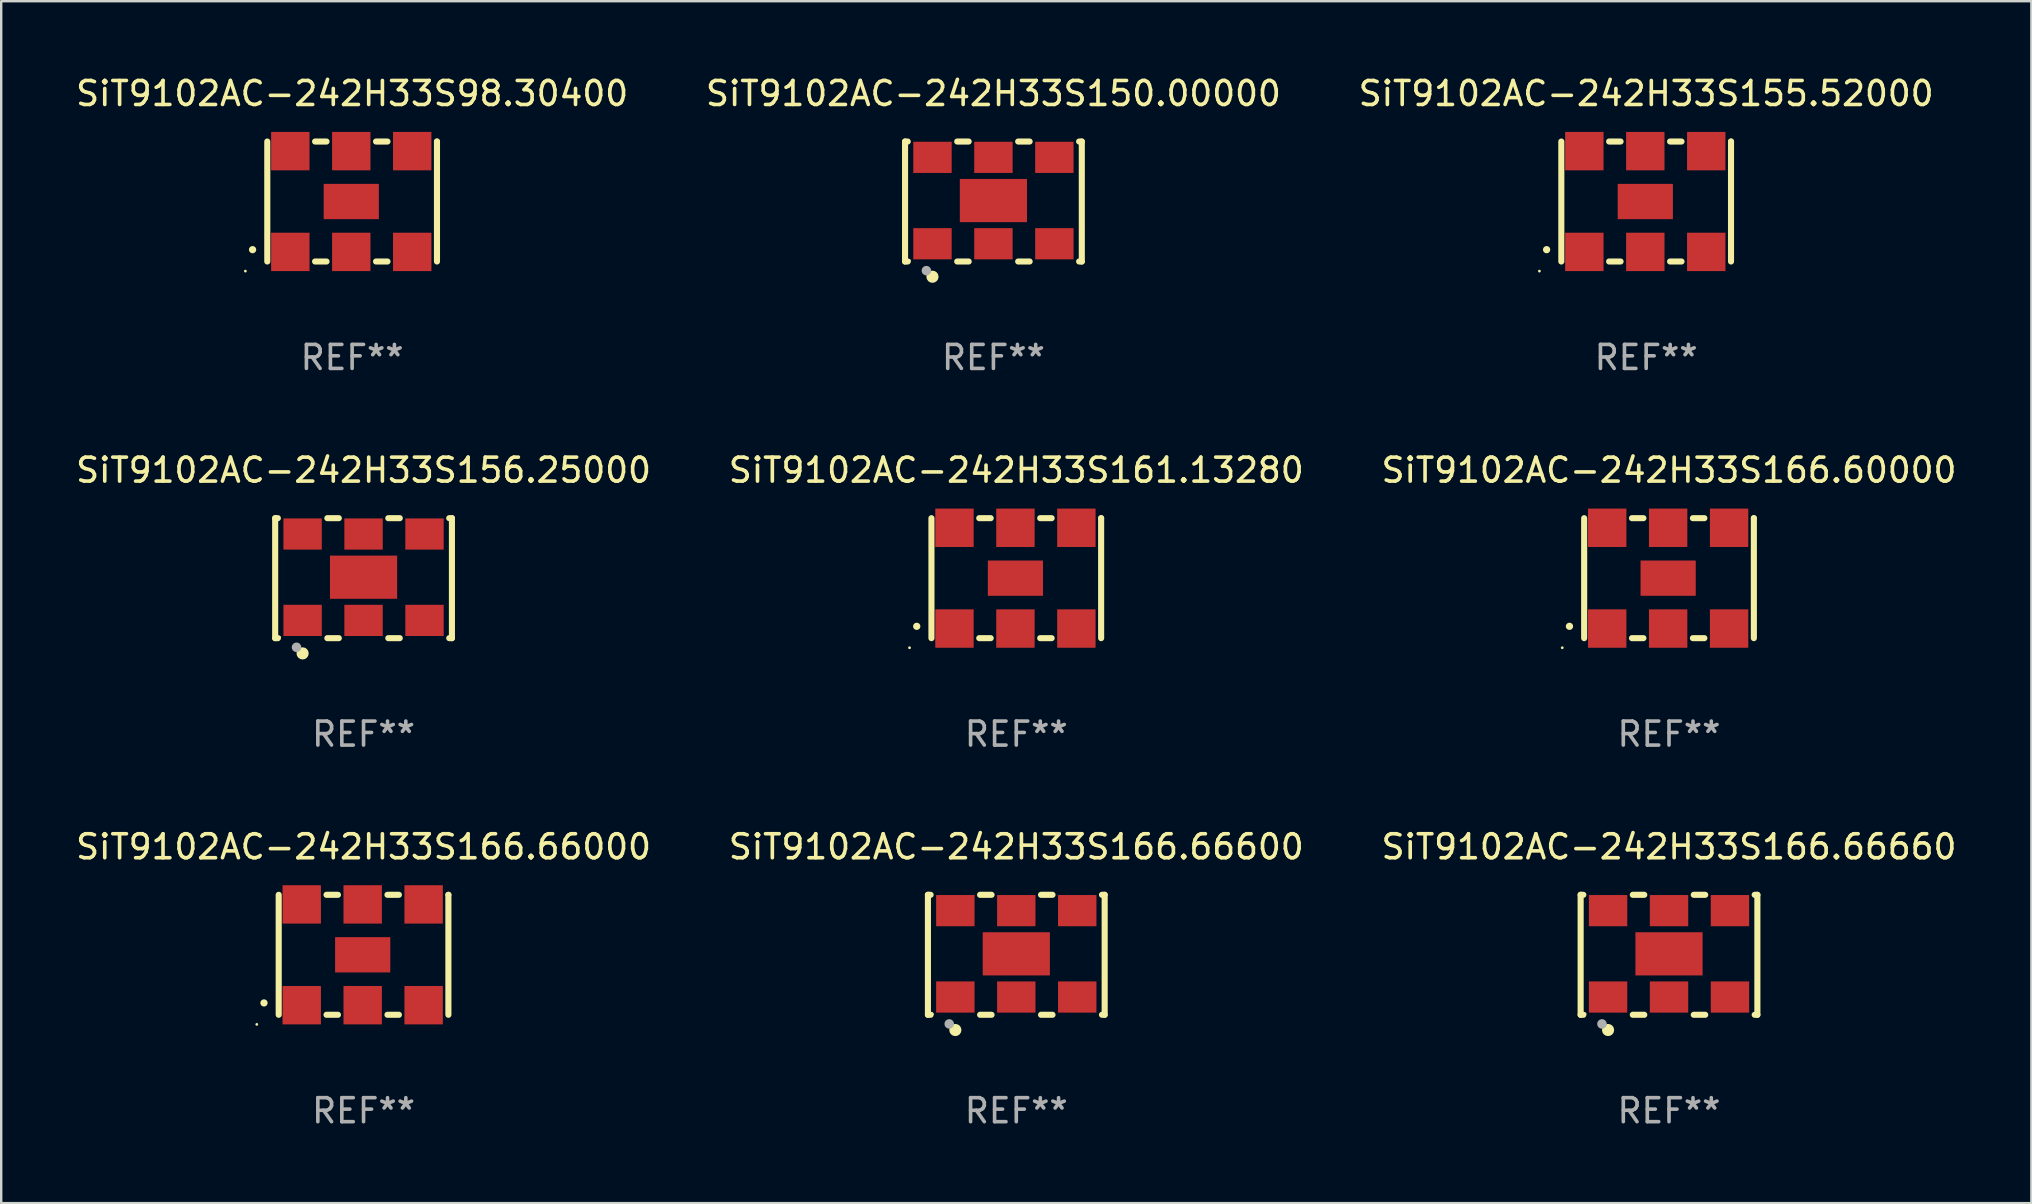
<source format=kicad_pcb>
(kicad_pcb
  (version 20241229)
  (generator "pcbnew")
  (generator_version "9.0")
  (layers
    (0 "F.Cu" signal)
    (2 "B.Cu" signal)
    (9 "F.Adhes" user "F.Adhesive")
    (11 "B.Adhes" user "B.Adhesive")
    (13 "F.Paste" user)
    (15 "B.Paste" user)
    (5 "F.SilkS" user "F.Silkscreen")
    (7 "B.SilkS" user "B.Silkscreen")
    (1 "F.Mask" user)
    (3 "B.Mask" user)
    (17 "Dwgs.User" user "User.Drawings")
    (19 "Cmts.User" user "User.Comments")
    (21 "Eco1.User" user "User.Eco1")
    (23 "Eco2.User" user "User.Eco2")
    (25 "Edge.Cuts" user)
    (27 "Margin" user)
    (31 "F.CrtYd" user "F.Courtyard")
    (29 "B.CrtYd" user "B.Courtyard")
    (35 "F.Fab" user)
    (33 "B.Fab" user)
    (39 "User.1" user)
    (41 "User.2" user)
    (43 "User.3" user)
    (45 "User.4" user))
  (footprint "SiT9102AC-242H33S166.66600"
    (layer "F.Cu")
    (at 39.304 36.741)
    (property "Reference" "SiT9102AC-242H33S166.66600" (at 0 -4.5 0) (layer "F.SilkS") (effects (font (size 1 1) (thickness 0.15))))
    (attr through_hole)
    (fp_line (start -3.683 -2.5) (end -3.571 -2.5) (stroke (width 0.254) (type solid)) (layer "F.SilkS"))
    (fp_line (start -3.683 2.5) (end -3.683 -2.5) (stroke (width 0.254) (type solid)) (layer "F.SilkS"))
    (fp_line (start -3.683 2.5) (end -3.571 2.5) (stroke (width 0.254) (type solid)) (layer "F.SilkS"))
    (fp_line (start -1.509 -2.5) (end -1.031 -2.5) (stroke (width 0.254) (type solid)) (layer "F.SilkS"))
    (fp_line (start -1.509 2.5) (end -1.031 2.5) (stroke (width 0.254) (type solid)) (layer "F.SilkS"))
    (fp_line (start 1.031 -2.5) (end 1.509 -2.5) (stroke (width 0.254) (type solid)) (layer "F.SilkS"))
    (fp_line (start 1.031 2.5) (end 1.509 2.5) (stroke (width 0.254) (type solid)) (layer "F.SilkS"))
    (fp_line (start 3.571 -2.5) (end 3.683 -2.5) (stroke (width 0.254) (type solid)) (layer "F.SilkS"))
    (fp_line (start 3.571 2.5) (end 3.683 2.5) (stroke (width 0.254) (type solid)) (layer "F.SilkS"))
    (fp_line (start 3.683 2.5) (end 3.683 -2.5) (stroke (width 0.254) (type solid)) (layer "F.SilkS"))
    (fp_circle (center -3.5 2.46) (end -3.47 2.46) (stroke (width 0.06) (type solid)) (fill no) (layer "F.SilkS"))
    (fp_circle (center -2.54 3.135) (end -2.413 3.135) (stroke (width 0.254) (type solid)) (fill no) (layer "F.SilkS"))
    (fp_circle (center -2.794 2.881) (end -2.694 2.881) (stroke (width 0.2) (type solid)) (fill no) (layer "F.Fab"))
    (fp_text user "REF**" (at 0 6.5 0) (layer "F.Fab") (effects (font (size 1 1) (thickness 0.15))))
    (pad "1" smd rect (at -2.54 1.76) (size 1.6 1.3) (layers "F.Cu" "F.Mask" "F.Paste"))
    (pad "2" smd rect (at 0 1.76) (size 1.6 1.3) (layers "F.Cu" "F.Mask" "F.Paste"))
    (pad "3" smd rect (at 2.54 1.76) (size 1.6 1.3) (layers "F.Cu" "F.Mask" "F.Paste"))
    (pad "4" smd rect (at 2.54 -1.84) (size 1.6 1.3) (layers "F.Cu" "F.Mask" "F.Paste"))
    (pad "5" smd rect (at 0 -1.84) (size 1.6 1.3) (layers "F.Cu" "F.Mask" "F.Paste"))
    (pad "6" smd rect (at -2.54 -1.84) (size 1.6 1.3) (layers "F.Cu" "F.Mask" "F.Paste"))
    (pad "7" smd rect (at 0 -0.04) (size 2.8 1.8) (layers "F.Cu" "F.Mask" "F.Paste")))
  (footprint "SiT9102AC-242H33S98.30400"
    (layer "F.Cu")
    (at 11.625 5.348)
    (property "Reference" "SiT9102AC-242H33S98.30400" (at 0 -4.5 0) (layer "F.SilkS") (effects (font (size 1 1) (thickness 0.15))))
    (attr through_hole)
    (fp_line (start -3.536 -2.5) (end -3.536 2.5) (stroke (width 0.254) (type solid)) (layer "F.SilkS"))
    (fp_line (start -1.544 2.5) (end -1.067 2.5) (stroke (width 0.254) (type solid)) (layer "F.SilkS"))
    (fp_line (start -1.067 -2.5) (end -1.544 -2.5) (stroke (width 0.254) (type solid)) (layer "F.SilkS"))
    (fp_line (start 0.996 2.5) (end 1.473 2.5) (stroke (width 0.254) (type solid)) (layer "F.SilkS"))
    (fp_line (start 1.473 -2.5) (end 0.996 -2.5) (stroke (width 0.254) (type solid)) (layer "F.SilkS"))
    (fp_line (start 3.536 -2.5) (end 3.536 -2.5) (stroke (width 0.254) (type solid)) (layer "F.SilkS"))
    (fp_line (start 3.536 2.5) (end 3.536 -2.5) (stroke (width 0.254) (type solid)) (layer "F.SilkS"))
    (fp_arc (start -4.150432 2.006604) (mid -4.149162 2.006599) (end -4.147892 2.006604) (stroke (width 0.3) (type solid)) (layer "F.SilkS"))
    (fp_circle (center -4.449 2.9) (end -4.419 2.9) (stroke (width 0.06) (type solid)) (fill no) (layer "F.SilkS"))
    (fp_text user "REF**" (at 0 6.5 0) (layer "F.Fab") (effects (font (size 1 1) (thickness 0.15))))
    (pad "1" smd rect (at -2.576 2.1) (size 1.6 1.6) (layers "F.Cu" "F.Mask" "F.Paste"))
    (pad "2" smd rect (at -0.036 2.1) (size 1.6 1.6) (layers "F.Cu" "F.Mask" "F.Paste"))
    (pad "3" smd rect (at 2.504 2.1) (size 1.6 1.6) (layers "F.Cu" "F.Mask" "F.Paste"))
    (pad "4" smd rect (at 2.504 -2.1) (size 1.6 1.6) (layers "F.Cu" "F.Mask" "F.Paste"))
    (pad "5" smd rect (at -0.036 -2.1) (size 1.6 1.6) (layers "F.Cu" "F.Mask" "F.Paste"))
    (pad "6" smd rect (at -2.576 -2.1) (size 1.6 1.6) (layers "F.Cu" "F.Mask" "F.Paste"))
    (pad "7" smd rect (at -0.036 0) (size 2.3 1.47) (layers "F.Cu" "F.Mask" "F.Paste")))
  (footprint "SiT9102AC-242H33S150.00000"
    (layer "F.Cu")
    (at 38.351 5.348)
    (property "Reference" "SiT9102AC-242H33S150.00000" (at 0 -4.5 0) (layer "F.SilkS") (effects (font (size 1 1) (thickness 0.15))))
    (attr through_hole)
    (fp_line (start -3.683 -2.5) (end -3.571 -2.5) (stroke (width 0.254) (type solid)) (layer "F.SilkS"))
    (fp_line (start -3.683 2.5) (end -3.683 -2.5) (stroke (width 0.254) (type solid)) (layer "F.SilkS"))
    (fp_line (start -3.683 2.5) (end -3.571 2.5) (stroke (width 0.254) (type solid)) (layer "F.SilkS"))
    (fp_line (start -1.509 -2.5) (end -1.031 -2.5) (stroke (width 0.254) (type solid)) (layer "F.SilkS"))
    (fp_line (start -1.509 2.5) (end -1.031 2.5) (stroke (width 0.254) (type solid)) (layer "F.SilkS"))
    (fp_line (start 1.031 -2.5) (end 1.509 -2.5) (stroke (width 0.254) (type solid)) (layer "F.SilkS"))
    (fp_line (start 1.031 2.5) (end 1.509 2.5) (stroke (width 0.254) (type solid)) (layer "F.SilkS"))
    (fp_line (start 3.571 -2.5) (end 3.683 -2.5) (stroke (width 0.254) (type solid)) (layer "F.SilkS"))
    (fp_line (start 3.571 2.5) (end 3.683 2.5) (stroke (width 0.254) (type solid)) (layer "F.SilkS"))
    (fp_line (start 3.683 2.5) (end 3.683 -2.5) (stroke (width 0.254) (type solid)) (layer "F.SilkS"))
    (fp_circle (center -3.5 2.46) (end -3.47 2.46) (stroke (width 0.06) (type solid)) (fill no) (layer "F.SilkS"))
    (fp_circle (center -2.54 3.135) (end -2.413 3.135) (stroke (width 0.254) (type solid)) (fill no) (layer "F.SilkS"))
    (fp_circle (center -2.794 2.881) (end -2.694 2.881) (stroke (width 0.2) (type solid)) (fill no) (layer "F.Fab"))
    (fp_text user "REF**" (at 0 6.5 0) (layer "F.Fab") (effects (font (size 1 1) (thickness 0.15))))
    (pad "1" smd rect (at -2.54 1.76) (size 1.6 1.3) (layers "F.Cu" "F.Mask" "F.Paste"))
    (pad "2" smd rect (at 0 1.76) (size 1.6 1.3) (layers "F.Cu" "F.Mask" "F.Paste"))
    (pad "3" smd rect (at 2.54 1.76) (size 1.6 1.3) (layers "F.Cu" "F.Mask" "F.Paste"))
    (pad "4" smd rect (at 2.54 -1.84) (size 1.6 1.3) (layers "F.Cu" "F.Mask" "F.Paste"))
    (pad "5" smd rect (at 0 -1.84) (size 1.6 1.3) (layers "F.Cu" "F.Mask" "F.Paste"))
    (pad "6" smd rect (at -2.54 -1.84) (size 1.6 1.3) (layers "F.Cu" "F.Mask" "F.Paste"))
    (pad "7" smd rect (at 0 -0.04) (size 2.8 1.8) (layers "F.Cu" "F.Mask" "F.Paste")))
  (footprint "SiT9102AC-242H33S166.66000"
    (layer "F.Cu")
    (at 12.101 36.741)
    (property "Reference" "SiT9102AC-242H33S166.66000" (at 0 -4.5 0) (layer "F.SilkS") (effects (font (size 1 1) (thickness 0.15))))
    (attr through_hole)
    (fp_line (start -3.536 -2.5) (end -3.536 2.5) (stroke (width 0.254) (type solid)) (layer "F.SilkS"))
    (fp_line (start -1.544 2.5) (end -1.067 2.5) (stroke (width 0.254) (type solid)) (layer "F.SilkS"))
    (fp_line (start -1.067 -2.5) (end -1.544 -2.5) (stroke (width 0.254) (type solid)) (layer "F.SilkS"))
    (fp_line (start 0.996 2.5) (end 1.473 2.5) (stroke (width 0.254) (type solid)) (layer "F.SilkS"))
    (fp_line (start 1.473 -2.5) (end 0.996 -2.5) (stroke (width 0.254) (type solid)) (layer "F.SilkS"))
    (fp_line (start 3.536 -2.5) (end 3.536 -2.5) (stroke (width 0.254) (type solid)) (layer "F.SilkS"))
    (fp_line (start 3.536 2.5) (end 3.536 -2.5) (stroke (width 0.254) (type solid)) (layer "F.SilkS"))
    (fp_arc (start -4.150432 2.006604) (mid -4.149162 2.006599) (end -4.147892 2.006604) (stroke (width 0.3) (type solid)) (layer "F.SilkS"))
    (fp_circle (center -4.449 2.9) (end -4.419 2.9) (stroke (width 0.06) (type solid)) (fill no) (layer "F.SilkS"))
    (fp_text user "REF**" (at 0 6.5 0) (layer "F.Fab") (effects (font (size 1 1) (thickness 0.15))))
    (pad "1" smd rect (at -2.576 2.1) (size 1.6 1.6) (layers "F.Cu" "F.Mask" "F.Paste"))
    (pad "2" smd rect (at -0.036 2.1) (size 1.6 1.6) (layers "F.Cu" "F.Mask" "F.Paste"))
    (pad "3" smd rect (at 2.504 2.1) (size 1.6 1.6) (layers "F.Cu" "F.Mask" "F.Paste"))
    (pad "4" smd rect (at 2.504 -2.1) (size 1.6 1.6) (layers "F.Cu" "F.Mask" "F.Paste"))
    (pad "5" smd rect (at -0.036 -2.1) (size 1.6 1.6) (layers "F.Cu" "F.Mask" "F.Paste"))
    (pad "6" smd rect (at -2.576 -2.1) (size 1.6 1.6) (layers "F.Cu" "F.Mask" "F.Paste"))
    (pad "7" smd rect (at -0.036 0) (size 2.3 1.47) (layers "F.Cu" "F.Mask" "F.Paste")))
  (footprint "SiT9102AC-242H33S166.60000"
    (layer "F.Cu")
    (at 66.506 21.045)
    (property "Reference" "SiT9102AC-242H33S166.60000" (at 0 -4.5 0) (layer "F.SilkS") (effects (font (size 1 1) (thickness 0.15))))
    (attr through_hole)
    (fp_line (start -3.536 -2.5) (end -3.536 2.5) (stroke (width 0.254) (type solid)) (layer "F.SilkS"))
    (fp_line (start -1.544 2.5) (end -1.067 2.5) (stroke (width 0.254) (type solid)) (layer "F.SilkS"))
    (fp_line (start -1.067 -2.5) (end -1.544 -2.5) (stroke (width 0.254) (type solid)) (layer "F.SilkS"))
    (fp_line (start 0.996 2.5) (end 1.473 2.5) (stroke (width 0.254) (type solid)) (layer "F.SilkS"))
    (fp_line (start 1.473 -2.5) (end 0.996 -2.5) (stroke (width 0.254) (type solid)) (layer "F.SilkS"))
    (fp_line (start 3.536 -2.5) (end 3.536 -2.5) (stroke (width 0.254) (type solid)) (layer "F.SilkS"))
    (fp_line (start 3.536 2.5) (end 3.536 -2.5) (stroke (width 0.254) (type solid)) (layer "F.SilkS"))
    (fp_arc (start -4.150432 2.006604) (mid -4.149162 2.006599) (end -4.147892 2.006604) (stroke (width 0.3) (type solid)) (layer "F.SilkS"))
    (fp_circle (center -4.449 2.9) (end -4.419 2.9) (stroke (width 0.06) (type solid)) (fill no) (layer "F.SilkS"))
    (fp_text user "REF**" (at 0 6.5 0) (layer "F.Fab") (effects (font (size 1 1) (thickness 0.15))))
    (pad "1" smd rect (at -2.576 2.1) (size 1.6 1.6) (layers "F.Cu" "F.Mask" "F.Paste"))
    (pad "2" smd rect (at -0.036 2.1) (size 1.6 1.6) (layers "F.Cu" "F.Mask" "F.Paste"))
    (pad "3" smd rect (at 2.504 2.1) (size 1.6 1.6) (layers "F.Cu" "F.Mask" "F.Paste"))
    (pad "4" smd rect (at 2.504 -2.1) (size 1.6 1.6) (layers "F.Cu" "F.Mask" "F.Paste"))
    (pad "5" smd rect (at -0.036 -2.1) (size 1.6 1.6) (layers "F.Cu" "F.Mask" "F.Paste"))
    (pad "6" smd rect (at -2.576 -2.1) (size 1.6 1.6) (layers "F.Cu" "F.Mask" "F.Paste"))
    (pad "7" smd rect (at -0.036 0) (size 2.3 1.47) (layers "F.Cu" "F.Mask" "F.Paste")))
  (footprint "SiT9102AC-242H33S166.66660"
    (layer "F.Cu")
    (at 66.506 36.741)
    (property "Reference" "SiT9102AC-242H33S166.66660" (at 0 -4.5 0) (layer "F.SilkS") (effects (font (size 1 1) (thickness 0.15))))
    (attr through_hole)
    (fp_line (start -3.683 -2.5) (end -3.571 -2.5) (stroke (width 0.254) (type solid)) (layer "F.SilkS"))
    (fp_line (start -3.683 2.5) (end -3.683 -2.5) (stroke (width 0.254) (type solid)) (layer "F.SilkS"))
    (fp_line (start -3.683 2.5) (end -3.571 2.5) (stroke (width 0.254) (type solid)) (layer "F.SilkS"))
    (fp_line (start -1.509 -2.5) (end -1.031 -2.5) (stroke (width 0.254) (type solid)) (layer "F.SilkS"))
    (fp_line (start -1.509 2.5) (end -1.031 2.5) (stroke (width 0.254) (type solid)) (layer "F.SilkS"))
    (fp_line (start 1.031 -2.5) (end 1.509 -2.5) (stroke (width 0.254) (type solid)) (layer "F.SilkS"))
    (fp_line (start 1.031 2.5) (end 1.509 2.5) (stroke (width 0.254) (type solid)) (layer "F.SilkS"))
    (fp_line (start 3.571 -2.5) (end 3.683 -2.5) (stroke (width 0.254) (type solid)) (layer "F.SilkS"))
    (fp_line (start 3.571 2.5) (end 3.683 2.5) (stroke (width 0.254) (type solid)) (layer "F.SilkS"))
    (fp_line (start 3.683 2.5) (end 3.683 -2.5) (stroke (width 0.254) (type solid)) (layer "F.SilkS"))
    (fp_circle (center -3.5 2.46) (end -3.47 2.46) (stroke (width 0.06) (type solid)) (fill no) (layer "F.SilkS"))
    (fp_circle (center -2.54 3.135) (end -2.413 3.135) (stroke (width 0.254) (type solid)) (fill no) (layer "F.SilkS"))
    (fp_circle (center -2.794 2.881) (end -2.694 2.881) (stroke (width 0.2) (type solid)) (fill no) (layer "F.Fab"))
    (fp_text user "REF**" (at 0 6.5 0) (layer "F.Fab") (effects (font (size 1 1) (thickness 0.15))))
    (pad "1" smd rect (at -2.54 1.76) (size 1.6 1.3) (layers "F.Cu" "F.Mask" "F.Paste"))
    (pad "2" smd rect (at 0 1.76) (size 1.6 1.3) (layers "F.Cu" "F.Mask" "F.Paste"))
    (pad "3" smd rect (at 2.54 1.76) (size 1.6 1.3) (layers "F.Cu" "F.Mask" "F.Paste"))
    (pad "4" smd rect (at 2.54 -1.84) (size 1.6 1.3) (layers "F.Cu" "F.Mask" "F.Paste"))
    (pad "5" smd rect (at 0 -1.84) (size 1.6 1.3) (layers "F.Cu" "F.Mask" "F.Paste"))
    (pad "6" smd rect (at -2.54 -1.84) (size 1.6 1.3) (layers "F.Cu" "F.Mask" "F.Paste"))
    (pad "7" smd rect (at 0 -0.04) (size 2.8 1.8) (layers "F.Cu" "F.Mask" "F.Paste")))
  (footprint "SiT9102AC-242H33S155.52000"
    (layer "F.Cu")
    (at 65.554 5.348)
    (property "Reference" "SiT9102AC-242H33S155.52000" (at 0 -4.5 0) (layer "F.SilkS") (effects (font (size 1 1) (thickness 0.15))))
    (attr through_hole)
    (fp_line (start -3.536 -2.5) (end -3.536 2.5) (stroke (width 0.254) (type solid)) (layer "F.SilkS"))
    (fp_line (start -1.544 2.5) (end -1.067 2.5) (stroke (width 0.254) (type solid)) (layer "F.SilkS"))
    (fp_line (start -1.067 -2.5) (end -1.544 -2.5) (stroke (width 0.254) (type solid)) (layer "F.SilkS"))
    (fp_line (start 0.996 2.5) (end 1.473 2.5) (stroke (width 0.254) (type solid)) (layer "F.SilkS"))
    (fp_line (start 1.473 -2.5) (end 0.996 -2.5) (stroke (width 0.254) (type solid)) (layer "F.SilkS"))
    (fp_line (start 3.536 -2.5) (end 3.536 -2.5) (stroke (width 0.254) (type solid)) (layer "F.SilkS"))
    (fp_line (start 3.536 2.5) (end 3.536 -2.5) (stroke (width 0.254) (type solid)) (layer "F.SilkS"))
    (fp_arc (start -4.150432 2.006604) (mid -4.149162 2.006599) (end -4.147892 2.006604) (stroke (width 0.3) (type solid)) (layer "F.SilkS"))
    (fp_circle (center -4.449 2.9) (end -4.419 2.9) (stroke (width 0.06) (type solid)) (fill no) (layer "F.SilkS"))
    (fp_text user "REF**" (at 0 6.5 0) (layer "F.Fab") (effects (font (size 1 1) (thickness 0.15))))
    (pad "1" smd rect (at -2.576 2.1) (size 1.6 1.6) (layers "F.Cu" "F.Mask" "F.Paste"))
    (pad "2" smd rect (at -0.036 2.1) (size 1.6 1.6) (layers "F.Cu" "F.Mask" "F.Paste"))
    (pad "3" smd rect (at 2.504 2.1) (size 1.6 1.6) (layers "F.Cu" "F.Mask" "F.Paste"))
    (pad "4" smd rect (at 2.504 -2.1) (size 1.6 1.6) (layers "F.Cu" "F.Mask" "F.Paste"))
    (pad "5" smd rect (at -0.036 -2.1) (size 1.6 1.6) (layers "F.Cu" "F.Mask" "F.Paste"))
    (pad "6" smd rect (at -2.576 -2.1) (size 1.6 1.6) (layers "F.Cu" "F.Mask" "F.Paste"))
    (pad "7" smd rect (at -0.036 0) (size 2.3 1.47) (layers "F.Cu" "F.Mask" "F.Paste")))
  (footprint "SiT9102AC-242H33S156.25000"
    (layer "F.Cu")
    (at 12.101 21.045)
    (property "Reference" "SiT9102AC-242H33S156.25000" (at 0 -4.5 0) (layer "F.SilkS") (effects (font (size 1 1) (thickness 0.15))))
    (attr through_hole)
    (fp_line (start -3.683 -2.5) (end -3.571 -2.5) (stroke (width 0.254) (type solid)) (layer "F.SilkS"))
    (fp_line (start -3.683 2.5) (end -3.683 -2.5) (stroke (width 0.254) (type solid)) (layer "F.SilkS"))
    (fp_line (start -3.683 2.5) (end -3.571 2.5) (stroke (width 0.254) (type solid)) (layer "F.SilkS"))
    (fp_line (start -1.509 -2.5) (end -1.031 -2.5) (stroke (width 0.254) (type solid)) (layer "F.SilkS"))
    (fp_line (start -1.509 2.5) (end -1.031 2.5) (stroke (width 0.254) (type solid)) (layer "F.SilkS"))
    (fp_line (start 1.031 -2.5) (end 1.509 -2.5) (stroke (width 0.254) (type solid)) (layer "F.SilkS"))
    (fp_line (start 1.031 2.5) (end 1.509 2.5) (stroke (width 0.254) (type solid)) (layer "F.SilkS"))
    (fp_line (start 3.571 -2.5) (end 3.683 -2.5) (stroke (width 0.254) (type solid)) (layer "F.SilkS"))
    (fp_line (start 3.571 2.5) (end 3.683 2.5) (stroke (width 0.254) (type solid)) (layer "F.SilkS"))
    (fp_line (start 3.683 2.5) (end 3.683 -2.5) (stroke (width 0.254) (type solid)) (layer "F.SilkS"))
    (fp_circle (center -3.5 2.46) (end -3.47 2.46) (stroke (width 0.06) (type solid)) (fill no) (layer "F.SilkS"))
    (fp_circle (center -2.54 3.135) (end -2.413 3.135) (stroke (width 0.254) (type solid)) (fill no) (layer "F.SilkS"))
    (fp_circle (center -2.794 2.881) (end -2.694 2.881) (stroke (width 0.2) (type solid)) (fill no) (layer "F.Fab"))
    (fp_text user "REF**" (at 0 6.5 0) (layer "F.Fab") (effects (font (size 1 1) (thickness 0.15))))
    (pad "1" smd rect (at -2.54 1.76) (size 1.6 1.3) (layers "F.Cu" "F.Mask" "F.Paste"))
    (pad "2" smd rect (at 0 1.76) (size 1.6 1.3) (layers "F.Cu" "F.Mask" "F.Paste"))
    (pad "3" smd rect (at 2.54 1.76) (size 1.6 1.3) (layers "F.Cu" "F.Mask" "F.Paste"))
    (pad "4" smd rect (at 2.54 -1.84) (size 1.6 1.3) (layers "F.Cu" "F.Mask" "F.Paste"))
    (pad "5" smd rect (at 0 -1.84) (size 1.6 1.3) (layers "F.Cu" "F.Mask" "F.Paste"))
    (pad "6" smd rect (at -2.54 -1.84) (size 1.6 1.3) (layers "F.Cu" "F.Mask" "F.Paste"))
    (pad "7" smd rect (at 0 -0.04) (size 2.8 1.8) (layers "F.Cu" "F.Mask" "F.Paste")))
  (footprint "SiT9102AC-242H33S161.13280"
    (layer "F.Cu")
    (at 39.304 21.045)
    (property "Reference" "SiT9102AC-242H33S161.13280" (at 0 -4.5 0) (layer "F.SilkS") (effects (font (size 1 1) (thickness 0.15))))
    (attr through_hole)
    (fp_line (start -3.536 -2.5) (end -3.536 2.5) (stroke (width 0.254) (type solid)) (layer "F.SilkS"))
    (fp_line (start -1.544 2.5) (end -1.067 2.5) (stroke (width 0.254) (type solid)) (layer "F.SilkS"))
    (fp_line (start -1.067 -2.5) (end -1.544 -2.5) (stroke (width 0.254) (type solid)) (layer "F.SilkS"))
    (fp_line (start 0.996 2.5) (end 1.473 2.5) (stroke (width 0.254) (type solid)) (layer "F.SilkS"))
    (fp_line (start 1.473 -2.5) (end 0.996 -2.5) (stroke (width 0.254) (type solid)) (layer "F.SilkS"))
    (fp_line (start 3.536 -2.5) (end 3.536 -2.5) (stroke (width 0.254) (type solid)) (layer "F.SilkS"))
    (fp_line (start 3.536 2.5) (end 3.536 -2.5) (stroke (width 0.254) (type solid)) (layer "F.SilkS"))
    (fp_arc (start -4.150432 2.006604) (mid -4.149162 2.006599) (end -4.147892 2.006604) (stroke (width 0.3) (type solid)) (layer "F.SilkS"))
    (fp_circle (center -4.449 2.9) (end -4.419 2.9) (stroke (width 0.06) (type solid)) (fill no) (layer "F.SilkS"))
    (fp_text user "REF**" (at 0 6.5 0) (layer "F.Fab") (effects (font (size 1 1) (thickness 0.15))))
    (pad "1" smd rect (at -2.576 2.1) (size 1.6 1.6) (layers "F.Cu" "F.Mask" "F.Paste"))
    (pad "2" smd rect (at -0.036 2.1) (size 1.6 1.6) (layers "F.Cu" "F.Mask" "F.Paste"))
    (pad "3" smd rect (at 2.504 2.1) (size 1.6 1.6) (layers "F.Cu" "F.Mask" "F.Paste"))
    (pad "4" smd rect (at 2.504 -2.1) (size 1.6 1.6) (layers "F.Cu" "F.Mask" "F.Paste"))
    (pad "5" smd rect (at -0.036 -2.1) (size 1.6 1.6) (layers "F.Cu" "F.Mask" "F.Paste"))
    (pad "6" smd rect (at -2.576 -2.1) (size 1.6 1.6) (layers "F.Cu" "F.Mask" "F.Paste"))
    (pad "7" smd rect (at -0.036 0) (size 2.3 1.47) (layers "F.Cu" "F.Mask" "F.Paste")))
  (gr_rect
    (start -3 -3)
    (end 81.607 47.09)
    (stroke (width 0.1) (type default))
    (fill no)
    (layer "Edge.Cuts")))
</source>
